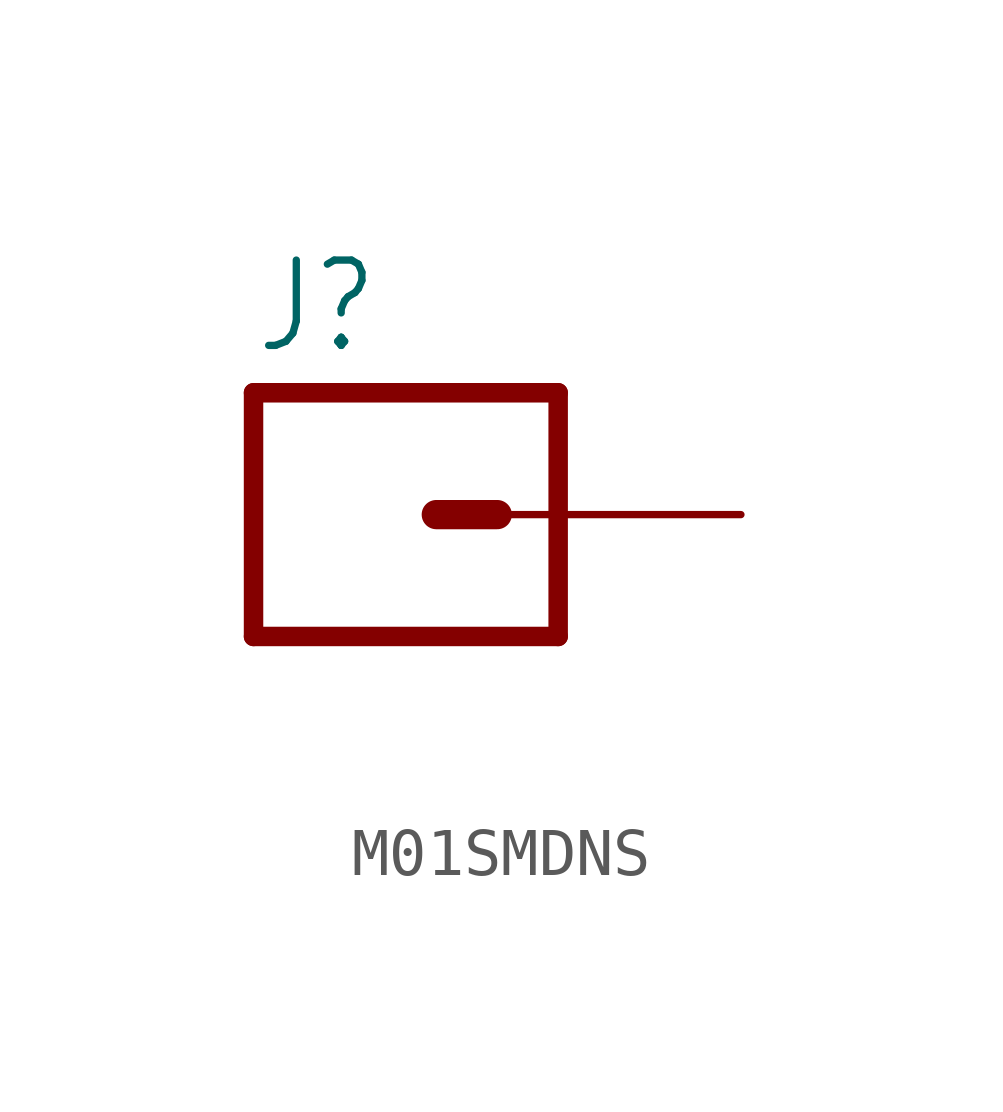
<source format=kicad_sym>
(kicad_symbol_lib
  (version 20231120)
  (generator "kicad_symbol_editor")
  (generator_version "8.0")
  (symbol "M01SMDNS"
    (property "Reference" "J"
      (at -2.54 3.302 0)
      (effects (font (size 1.778 1.511)) (justify left bottom)))
    (property "Value" ""
      (at -2.54 -5.08 0)
      (effects (font (size 1.778 1.511)) (justify left bottom)))
    (property "ki_locked" ""
      (at 0 0 0)
      (effects (font (size 1.27 1.27))))
    (symbol "M01SMDNS_1_0"
      (polyline (pts (xy -2.54 2.54) (xy -2.54 -2.54)) (stroke (width 0.406) (type solid)) (fill (type none)))
      (polyline (pts (xy -2.54 2.54) (xy 3.81 2.54)) (stroke (width 0.406) (type solid)) (fill (type none)))
      (polyline (pts (xy 1.27 0) (xy 2.54 0)) (stroke (width 0.61) (type solid)) (fill (type none)))
      (polyline (pts (xy 3.81 -2.54) (xy -2.54 -2.54)) (stroke (width 0.406) (type solid)) (fill (type none)))
      (polyline (pts (xy 3.81 -2.54) (xy 3.81 2.54)) (stroke (width 0.406) (type solid)) (fill (type none)))
      (pin passive line (at 7.62 0 180) (length 5.08) (name "1" (effects (font (size 0 0)))) (number "1" (effects (font (size 0 0))))))))
</source>
